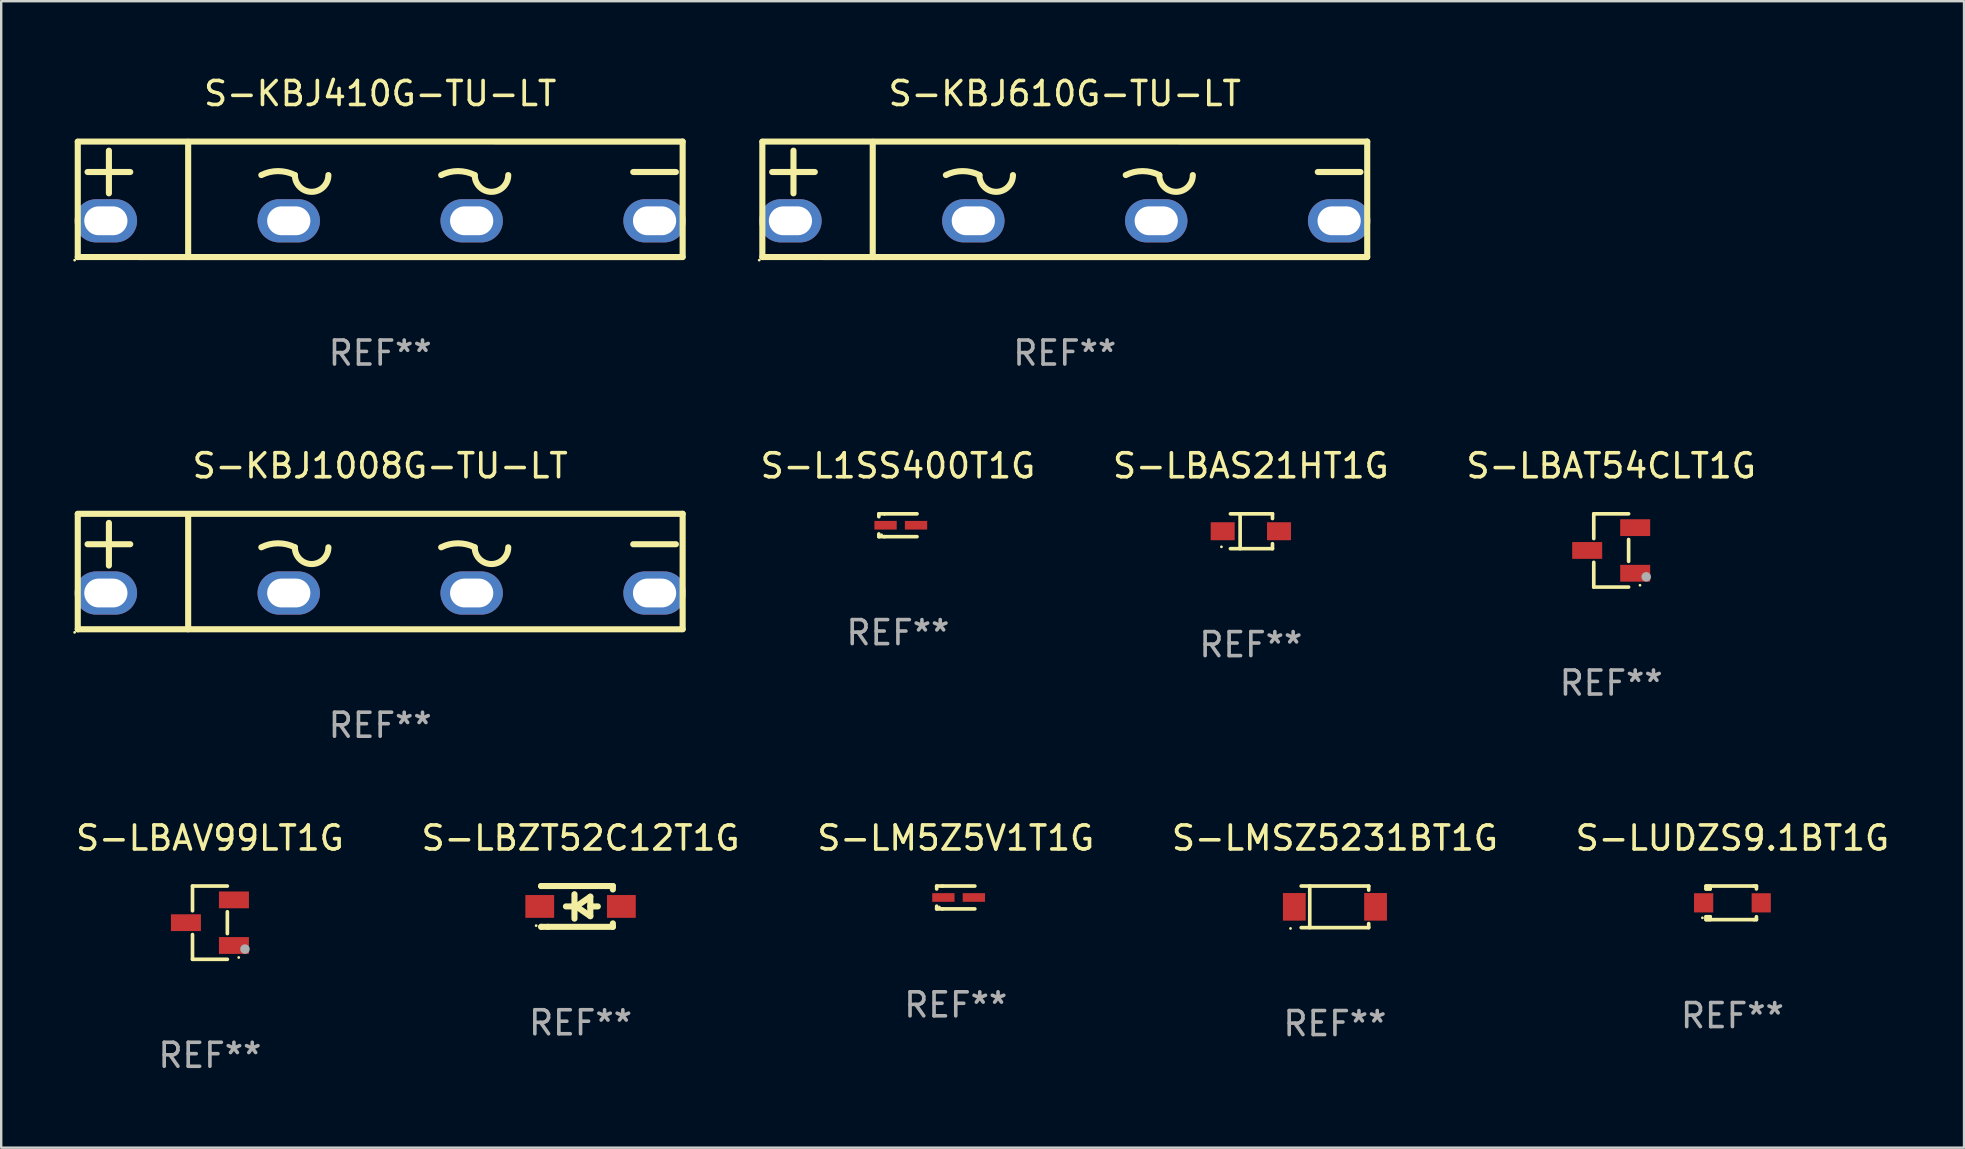
<source format=kicad_pcb>
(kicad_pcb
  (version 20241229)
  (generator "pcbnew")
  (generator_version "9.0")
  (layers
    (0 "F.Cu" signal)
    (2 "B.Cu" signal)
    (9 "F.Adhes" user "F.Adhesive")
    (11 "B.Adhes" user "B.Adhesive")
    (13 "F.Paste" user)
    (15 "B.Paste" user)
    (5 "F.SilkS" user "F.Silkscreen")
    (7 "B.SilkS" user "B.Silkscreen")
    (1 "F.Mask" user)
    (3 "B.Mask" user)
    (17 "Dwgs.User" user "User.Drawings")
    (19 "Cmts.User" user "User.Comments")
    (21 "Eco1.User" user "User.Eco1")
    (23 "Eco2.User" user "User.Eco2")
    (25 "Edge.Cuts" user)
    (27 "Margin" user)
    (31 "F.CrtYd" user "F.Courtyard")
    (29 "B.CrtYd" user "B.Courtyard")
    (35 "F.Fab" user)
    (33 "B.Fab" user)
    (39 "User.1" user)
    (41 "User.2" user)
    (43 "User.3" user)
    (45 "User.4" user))
  (footprint "S-LM5Z5V1T1G"
    (layer "F.Cu")
    (at 36.768 34.34)
    (property "Reference" "S-LM5Z5V1T1G" (at 0 -2.476 0) (layer "F.SilkS") (effects (font (size 1 1) (thickness 0.15))))
    (attr through_hole)
    (fp_line (start -0.795 -0.476) (end -0.795 -0.356) (stroke (width 0.152) (type solid)) (layer "F.SilkS"))
    (fp_line (start -0.795 0.363) (end -0.795 0.476) (stroke (width 0.152) (type solid)) (layer "F.SilkS"))
    (fp_line (start -0.795 0.476) (end -0.557 0.476) (stroke (width 0.152) (type solid)) (layer "F.SilkS"))
    (fp_line (start -0.557 -0.476) (end -0.795 -0.476) (stroke (width 0.152) (type solid)) (layer "F.SilkS"))
    (fp_line (start -0.557 -0.476) (end 0.795 -0.476) (stroke (width 0.152) (type solid)) (layer "F.SilkS"))
    (fp_line (start -0.557 0.476) (end 0.795 0.476) (stroke (width 0.152) (type solid)) (layer "F.SilkS"))
    (fp_circle (center -0.681 0.4) (end -0.651 0.4) (stroke (width 0.06) (type solid)) (fill no) (layer "F.SilkS"))
    (fp_text user "REF**" (at 0 4.476 0) (layer "F.Fab") (effects (font (size 1 1) (thickness 0.15))))
    (pad "1" smd rect (at -0.516 0 180) (size 0.93 0.36) (layers "F.Cu" "F.Mask" "F.Paste"))
    (pad "2" smd rect (at 0.754 0 180) (size 0.93 0.36) (layers "F.Cu" "F.Mask" "F.Paste")))
  (footprint "S-LMSZ5231BT1G"
    (layer "F.Cu")
    (at 52.565 34.73)
    (property "Reference" "S-LMSZ5231BT1G" (at 0 -2.866 0) (layer "F.SilkS") (effects (font (size 1 1) (thickness 0.15))))
    (attr through_hole)
    (fp_line (start -1.406 -0.866) (end 1.406 -0.866) (stroke (width 0.152) (type solid)) (layer "F.SilkS"))
    (fp_line (start -1.406 0.866) (end 1.406 0.866) (stroke (width 0.152) (type solid)) (layer "F.SilkS"))
    (fp_line (start -1.049 -0.866) (end -1.049 0.866) (stroke (width 0.152) (type solid)) (layer "F.SilkS"))
    (fp_line (start 1.406 -0.866) (end 1.406 -0.698) (stroke (width 0.152) (type solid)) (layer "F.SilkS"))
    (fp_line (start 1.406 0.866) (end 1.406 0.698) (stroke (width 0.152) (type solid)) (layer "F.SilkS"))
    (fp_circle (center -1.851 0.9) (end -1.821 0.9) (stroke (width 0.06) (type solid)) (fill no) (layer "F.SilkS"))
    (fp_text user "REF**" (at 0 4.866 0) (layer "F.Fab") (effects (font (size 1 1) (thickness 0.15))))
    (pad "1" smd rect (at -1.692 0) (size 0.95 1.15) (layers "F.Cu" "F.Mask" "F.Paste"))
    (pad "2" smd rect (at 1.692 0) (size 0.95 1.15) (layers "F.Cu" "F.Mask" "F.Paste")))
  (footprint "S-LUDZS9.1BT1G"
    (layer "F.Cu")
    (at 69.125 34.563)
    (property "Reference" "S-LUDZS9.1BT1G" (at 0 -2.7 0) (layer "F.SilkS") (effects (font (size 1 1) (thickness 0.15))))
    (attr through_hole)
    (fp_line (start -1.1 -0.7) (end -1.1 -0.58) (stroke (width 0.152) (type solid)) (layer "F.SilkS"))
    (fp_line (start -1.1 0.58) (end -1.1 0.7) (stroke (width 0.152) (type solid)) (layer "F.SilkS"))
    (fp_line (start -1.1 0.58) (end -0.927 0.58) (stroke (width 0.152) (type solid)) (layer "F.SilkS"))
    (fp_line (start -1.1 0.7) (end 0.9 0.7) (stroke (width 0.152) (type solid)) (layer "F.SilkS"))
    (fp_line (start -1.014 -0.58) (end -1.014 -0.7) (stroke (width 0.152) (type solid)) (layer "F.SilkS"))
    (fp_line (start -1.014 0.7) (end -1.014 0.58) (stroke (width 0.152) (type solid)) (layer "F.SilkS"))
    (fp_line (start -0.927 -0.7) (end -0.927 -0.58) (stroke (width 0.152) (type solid)) (layer "F.SilkS"))
    (fp_line (start -0.927 -0.58) (end -1.1 -0.58) (stroke (width 0.152) (type solid)) (layer "F.SilkS"))
    (fp_line (start -0.927 0.58) (end -0.927 0.7) (stroke (width 0.152) (type solid)) (layer "F.SilkS"))
    (fp_line (start 0.9 -0.7) (end -1.1 -0.7) (stroke (width 0.152) (type solid)) (layer "F.SilkS"))
    (fp_line (start 0.9 0.7) (end 1 0.7) (stroke (width 0.152) (type solid)) (layer "F.SilkS"))
    (fp_line (start 1 -0.7) (end 0.9 -0.7) (stroke (width 0.152) (type solid)) (layer "F.SilkS"))
    (fp_line (start 1 -0.58) (end 1 -0.7) (stroke (width 0.152) (type solid)) (layer "F.SilkS"))
    (fp_line (start 1 0.7) (end 1 0.58) (stroke (width 0.152) (type solid)) (layer "F.SilkS"))
    (fp_circle (center -1.25 0.625) (end -1.22 0.625) (stroke (width 0.06) (type solid)) (fill no) (layer "F.SilkS"))
    (fp_text user "REF**" (at 0 4.7 0) (layer "F.Fab") (effects (font (size 1 1) (thickness 0.15))))
    (pad "1" smd rect (at -1.2 0) (size 0.8 0.8) (layers "F.Cu" "F.Mask" "F.Paste"))
    (pad "2" smd rect (at 1.2 0) (size 0.8 0.8) (layers "F.Cu" "F.Mask" "F.Paste")))
  (footprint "S-LBAS21HT1G"
    (layer "F.Cu")
    (at 49.062 19.082)
    (property "Reference" "S-LBAS21HT1G" (at 0 -2.726 0) (layer "F.SilkS") (effects (font (size 1 1) (thickness 0.15))))
    (attr through_hole)
    (fp_line (start -0.851 -0.726) (end 0.901 -0.726) (stroke (width 0.152) (type solid)) (layer "F.SilkS"))
    (fp_line (start -0.851 0.726) (end 0.901 0.726) (stroke (width 0.152) (type solid)) (layer "F.SilkS"))
    (fp_line (start -0.447 -0.726) (end -0.447 0.726) (stroke (width 0.152) (type solid)) (layer "F.SilkS"))
    (fp_line (start 0.901 -0.726) (end 0.901 -0.53) (stroke (width 0.152) (type solid)) (layer "F.SilkS"))
    (fp_line (start 0.901 0.726) (end 0.901 0.52) (stroke (width 0.152) (type solid)) (layer "F.SilkS"))
    (fp_circle (center -1.225 0.65) (end -1.195 0.65) (stroke (width 0.06) (type solid)) (fill no) (layer "F.SilkS"))
    (fp_text user "REF**" (at 0 4.726 0) (layer "F.Fab") (effects (font (size 1 1) (thickness 0.15))))
    (pad "1" smd rect (at -1.173 0) (size 1 0.75) (layers "F.Cu" "F.Mask" "F.Paste"))
    (pad "2" smd rect (at 1.173 0) (size 1 0.75) (layers "F.Cu" "F.Mask" "F.Paste")))
  (footprint "S-L1SS400T1G"
    (layer "F.Cu")
    (at 34.359 18.832)
    (property "Reference" "S-L1SS400T1G" (at 0 -2.476 0) (layer "F.SilkS") (effects (font (size 1 1) (thickness 0.15))))
    (attr through_hole)
    (fp_line (start -0.795 -0.476) (end -0.795 -0.356) (stroke (width 0.152) (type solid)) (layer "F.SilkS"))
    (fp_line (start -0.795 0.363) (end -0.795 0.476) (stroke (width 0.152) (type solid)) (layer "F.SilkS"))
    (fp_line (start -0.795 0.476) (end -0.557 0.476) (stroke (width 0.152) (type solid)) (layer "F.SilkS"))
    (fp_line (start -0.557 -0.476) (end -0.795 -0.476) (stroke (width 0.152) (type solid)) (layer "F.SilkS"))
    (fp_line (start -0.557 -0.476) (end 0.795 -0.476) (stroke (width 0.152) (type solid)) (layer "F.SilkS"))
    (fp_line (start -0.557 0.476) (end 0.795 0.476) (stroke (width 0.152) (type solid)) (layer "F.SilkS"))
    (fp_circle (center -0.681 0.4) (end -0.651 0.4) (stroke (width 0.06) (type solid)) (fill no) (layer "F.SilkS"))
    (fp_text user "REF**" (at 0 4.476 0) (layer "F.Fab") (effects (font (size 1 1) (thickness 0.15))))
    (pad "1" smd rect (at -0.516 0 180) (size 0.93 0.36) (layers "F.Cu" "F.Mask" "F.Paste"))
    (pad "2" smd rect (at 0.754 0 180) (size 0.93 0.36) (layers "F.Cu" "F.Mask" "F.Paste")))
  (footprint "S-KBJ1008G-TU-LT"
    (layer "F.Cu")
    (at 12.79 20.761)
    (property "Reference" "S-KBJ1008G-TU-LT" (at 0 -4.406 0) (layer "F.SilkS") (effects (font (size 1 1) (thickness 0.15))))
    (attr through_hole)
    (fp_line (start -12.6 -2.406) (end 12.6 -2.405) (stroke (width 0.254) (type solid)) (layer "F.SilkS"))
    (fp_line (start -12.6 2.406) (end -12.6 -2.395) (stroke (width 0.254) (type solid)) (layer "F.SilkS"))
    (fp_line (start -12.192 -1.138) (end -10.414 -1.138) (stroke (width 0.254) (type solid)) (layer "F.SilkS"))
    (fp_line (start -11.303 -0.249) (end -11.303 -2.027) (stroke (width 0.254) (type solid)) (layer "F.SilkS"))
    (fp_line (start -8.001 2.405) (end -8.001 -2.395) (stroke (width 0.254) (type solid)) (layer "F.SilkS"))
    (fp_line (start 10.541 -1.138) (end 12.319 -1.138) (stroke (width 0.254) (type solid)) (layer "F.SilkS"))
    (fp_line (start 12.6 -2.406) (end 12.6 2.395) (stroke (width 0.254) (type solid)) (layer "F.SilkS"))
    (fp_line (start 12.6 2.406) (end -12.6 2.405) (stroke (width 0.254) (type solid)) (layer "F.SilkS"))
    (fp_arc (start -4.95301 -1.010503) (mid -4.254509 -1.175397) (end -3.556007 -1.010503) (stroke (width 0.254001) (type solid)) (layer "F.SilkS"))
    (fp_arc (start -2.159004 -1.010503) (mid -2.857506 -0.312001) (end -3.556008 -1.010503) (stroke (width 0.254001) (type solid)) (layer "F.SilkS"))
    (fp_arc (start 2.540005 -1.010503) (mid 3.238506 -1.175397) (end 3.937008 -1.010503) (stroke (width 0.254001) (type solid)) (layer "F.SilkS"))
    (fp_arc (start 5.334011 -1.010503) (mid 4.635509 -0.312001) (end 3.937007 -1.010503) (stroke (width 0.254001) (type solid)) (layer "F.SilkS"))
    (fp_circle (center -12.73 2.533) (end -12.7 2.533) (stroke (width 0.06) (type solid)) (fill no) (layer "F.SilkS"))
    (fp_text user "REF**" (at 0 6.406 0) (layer "F.Fab") (effects (font (size 1 1) (thickness 0.15))))
    (pad "1" thru_hole oval (at -11.43 0.895 90) (size 1.8 2.6) (drill oval 1.2 1.8) (layers "*.Cu" "*.Mask"))
    (pad "2" thru_hole oval (at -3.81 0.895 90) (size 1.8 2.6) (drill oval 1.2 1.8) (layers "*.Cu" "*.Mask"))
    (pad "3" thru_hole oval (at 3.81 0.895 90) (size 1.8 2.6) (drill oval 1.2 1.8) (layers "*.Cu" "*.Mask"))
    (pad "4" thru_hole oval (at 11.43 0.895 90) (size 1.8 2.6) (drill oval 1.2 1.8) (layers "*.Cu" "*.Mask")))
  (footprint "S-LBAT54CLT1G"
    (layer "F.Cu")
    (at 64.074 19.882)
    (property "Reference" "S-LBAT54CLT1G" (at 0 -3.526 0) (layer "F.SilkS") (effects (font (size 1 1) (thickness 0.15))))
    (attr through_hole)
    (fp_line (start -0.726 -1.526) (end -0.726 -0.495) (stroke (width 0.152) (type solid)) (layer "F.SilkS"))
    (fp_line (start -0.726 1.526) (end -0.726 0.495) (stroke (width 0.152) (type solid)) (layer "F.SilkS"))
    (fp_line (start 0.726 -1.526) (end -0.726 -1.526) (stroke (width 0.152) (type solid)) (layer "F.SilkS"))
    (fp_line (start 0.726 -0.455) (end 0.726 0.455) (stroke (width 0.152) (type solid)) (layer "F.SilkS"))
    (fp_line (start 0.726 1.526) (end -0.726 1.526) (stroke (width 0.152) (type solid)) (layer "F.SilkS"))
    (fp_circle (center 1.2 1.45) (end 1.23 1.45) (stroke (width 0.06) (type solid)) (fill no) (layer "F.SilkS"))
    (fp_circle (center 1.46 1.1) (end 1.56 1.1) (stroke (width 0.2) (type solid)) (fill no) (layer "F.Fab"))
    (fp_text user "REF**" (at 0 5.526 0) (layer "F.Fab") (effects (font (size 1 1) (thickness 0.15))))
    (pad "1" smd rect (at 1 0.95) (size 1.25 0.7) (layers "F.Cu" "F.Mask" "F.Paste"))
    (pad "2" smd rect (at 1 -0.95) (size 1.25 0.7) (layers "F.Cu" "F.Mask" "F.Paste"))
    (pad "3" smd rect (at -1 0) (size 1.25 0.7) (layers "F.Cu" "F.Mask" "F.Paste")))
  (footprint "S-LBAV99LT1G"
    (layer "F.Cu")
    (at 5.696 35.39)
    (property "Reference" "S-LBAV99LT1G" (at 0 -3.526 0) (layer "F.SilkS") (effects (font (size 1 1) (thickness 0.15))))
    (attr through_hole)
    (fp_line (start -0.726 -1.526) (end -0.726 -0.495) (stroke (width 0.152) (type solid)) (layer "F.SilkS"))
    (fp_line (start -0.726 1.526) (end -0.726 0.495) (stroke (width 0.152) (type solid)) (layer "F.SilkS"))
    (fp_line (start 0.726 -1.526) (end -0.726 -1.526) (stroke (width 0.152) (type solid)) (layer "F.SilkS"))
    (fp_line (start 0.726 -0.455) (end 0.726 0.455) (stroke (width 0.152) (type solid)) (layer "F.SilkS"))
    (fp_line (start 0.726 1.526) (end -0.726 1.526) (stroke (width 0.152) (type solid)) (layer "F.SilkS"))
    (fp_circle (center 1.2 1.45) (end 1.23 1.45) (stroke (width 0.06) (type solid)) (fill no) (layer "F.SilkS"))
    (fp_circle (center 1.46 1.1) (end 1.56 1.1) (stroke (width 0.2) (type solid)) (fill no) (layer "F.Fab"))
    (fp_text user "REF**" (at 0 5.526 0) (layer "F.Fab") (effects (font (size 1 1) (thickness 0.15))))
    (pad "1" smd rect (at 1 0.95) (size 1.25 0.7) (layers "F.Cu" "F.Mask" "F.Paste"))
    (pad "2" smd rect (at 1 -0.95) (size 1.25 0.7) (layers "F.Cu" "F.Mask" "F.Paste"))
    (pad "3" smd rect (at -1 0) (size 1.25 0.7) (layers "F.Cu" "F.Mask" "F.Paste")))
  (footprint "S-KBJ410G-TU-LT"
    (layer "F.Cu")
    (at 12.79 5.254)
    (property "Reference" "S-KBJ410G-TU-LT" (at 0 -4.406 0) (layer "F.SilkS") (effects (font (size 1 1) (thickness 0.15))))
    (attr through_hole)
    (fp_line (start -12.6 -2.406) (end 12.6 -2.405) (stroke (width 0.254) (type solid)) (layer "F.SilkS"))
    (fp_line (start -12.6 2.406) (end -12.6 -2.395) (stroke (width 0.254) (type solid)) (layer "F.SilkS"))
    (fp_line (start -12.192 -1.138) (end -10.414 -1.138) (stroke (width 0.254) (type solid)) (layer "F.SilkS"))
    (fp_line (start -11.303 -0.249) (end -11.303 -2.027) (stroke (width 0.254) (type solid)) (layer "F.SilkS"))
    (fp_line (start -8.001 2.405) (end -8.001 -2.395) (stroke (width 0.254) (type solid)) (layer "F.SilkS"))
    (fp_line (start 10.541 -1.138) (end 12.319 -1.138) (stroke (width 0.254) (type solid)) (layer "F.SilkS"))
    (fp_line (start 12.6 -2.406) (end 12.6 2.395) (stroke (width 0.254) (type solid)) (layer "F.SilkS"))
    (fp_line (start 12.6 2.406) (end -12.6 2.405) (stroke (width 0.254) (type solid)) (layer "F.SilkS"))
    (fp_arc (start -4.95301 -1.010503) (mid -4.254509 -1.175397) (end -3.556007 -1.010503) (stroke (width 0.254001) (type solid)) (layer "F.SilkS"))
    (fp_arc (start -2.159004 -1.010503) (mid -2.857506 -0.312001) (end -3.556008 -1.010503) (stroke (width 0.254001) (type solid)) (layer "F.SilkS"))
    (fp_arc (start 2.540005 -1.010503) (mid 3.238506 -1.175397) (end 3.937008 -1.010503) (stroke (width 0.254001) (type solid)) (layer "F.SilkS"))
    (fp_arc (start 5.334011 -1.010503) (mid 4.635509 -0.312001) (end 3.937007 -1.010503) (stroke (width 0.254001) (type solid)) (layer "F.SilkS"))
    (fp_circle (center -12.73 2.533) (end -12.7 2.533) (stroke (width 0.06) (type solid)) (fill no) (layer "F.SilkS"))
    (fp_text user "REF**" (at 0 6.406 0) (layer "F.Fab") (effects (font (size 1 1) (thickness 0.15))))
    (pad "1" thru_hole oval (at -11.43 0.895 90) (size 1.8 2.6) (drill oval 1.2 1.8) (layers "*.Cu" "*.Mask"))
    (pad "2" thru_hole oval (at -3.81 0.895 90) (size 1.8 2.6) (drill oval 1.2 1.8) (layers "*.Cu" "*.Mask"))
    (pad "3" thru_hole oval (at 3.81 0.895 90) (size 1.8 2.6) (drill oval 1.2 1.8) (layers "*.Cu" "*.Mask"))
    (pad "4" thru_hole oval (at 11.43 0.895 90) (size 1.8 2.6) (drill oval 1.2 1.8) (layers "*.Cu" "*.Mask")))
  (footprint "S-KBJ610G-TU-LT"
    (layer "F.Cu")
    (at 41.31 5.254)
    (property "Reference" "S-KBJ610G-TU-LT" (at 0 -4.406 0) (layer "F.SilkS") (effects (font (size 1 1) (thickness 0.15))))
    (attr through_hole)
    (fp_line (start -12.6 -2.406) (end 12.6 -2.405) (stroke (width 0.254) (type solid)) (layer "F.SilkS"))
    (fp_line (start -12.6 2.406) (end -12.6 -2.395) (stroke (width 0.254) (type solid)) (layer "F.SilkS"))
    (fp_line (start -12.192 -1.138) (end -10.414 -1.138) (stroke (width 0.254) (type solid)) (layer "F.SilkS"))
    (fp_line (start -11.303 -0.249) (end -11.303 -2.027) (stroke (width 0.254) (type solid)) (layer "F.SilkS"))
    (fp_line (start -8.001 2.405) (end -8.001 -2.395) (stroke (width 0.254) (type solid)) (layer "F.SilkS"))
    (fp_line (start 10.541 -1.138) (end 12.319 -1.138) (stroke (width 0.254) (type solid)) (layer "F.SilkS"))
    (fp_line (start 12.6 -2.406) (end 12.6 2.395) (stroke (width 0.254) (type solid)) (layer "F.SilkS"))
    (fp_line (start 12.6 2.406) (end -12.6 2.405) (stroke (width 0.254) (type solid)) (layer "F.SilkS"))
    (fp_arc (start -4.95301 -1.010503) (mid -4.254509 -1.175397) (end -3.556007 -1.010503) (stroke (width 0.254001) (type solid)) (layer "F.SilkS"))
    (fp_arc (start -2.159004 -1.010503) (mid -2.857506 -0.312001) (end -3.556008 -1.010503) (stroke (width 0.254001) (type solid)) (layer "F.SilkS"))
    (fp_arc (start 2.540005 -1.010503) (mid 3.238506 -1.175397) (end 3.937008 -1.010503) (stroke (width 0.254001) (type solid)) (layer "F.SilkS"))
    (fp_arc (start 5.334011 -1.010503) (mid 4.635509 -0.312001) (end 3.937007 -1.010503) (stroke (width 0.254001) (type solid)) (layer "F.SilkS"))
    (fp_circle (center -12.73 2.533) (end -12.7 2.533) (stroke (width 0.06) (type solid)) (fill no) (layer "F.SilkS"))
    (fp_text user "REF**" (at 0 6.406 0) (layer "F.Fab") (effects (font (size 1 1) (thickness 0.15))))
    (pad "1" thru_hole oval (at -11.43 0.895 90) (size 1.8 2.6) (drill oval 1.2 1.8) (layers "*.Cu" "*.Mask"))
    (pad "2" thru_hole oval (at -3.81 0.895 90) (size 1.8 2.6) (drill oval 1.2 1.8) (layers "*.Cu" "*.Mask"))
    (pad "3" thru_hole oval (at 3.81 0.895 90) (size 1.8 2.6) (drill oval 1.2 1.8) (layers "*.Cu" "*.Mask"))
    (pad "4" thru_hole oval (at 11.43 0.895 90) (size 1.8 2.6) (drill oval 1.2 1.8) (layers "*.Cu" "*.Mask")))
  (footprint "S-LBZT52C12T1G"
    (layer "F.Cu")
    (at 21.137 34.713)
    (property "Reference" "S-LBZT52C12T1G" (at 0 -2.85 0) (layer "F.SilkS") (effects (font (size 1 1) (thickness 0.15))))
    (attr through_hole)
    (fp_line (start -1.643 -0.85) (end -1.644 -0.849) (stroke (width 0.254) (type solid)) (layer "F.SilkS"))
    (fp_line (start -1.638 0.85) (end -1.639 0.849) (stroke (width 0.254) (type solid)) (layer "F.SilkS"))
    (fp_line (start -1.346 -0.85) (end -1.643 -0.85) (stroke (width 0.254) (type solid)) (layer "F.SilkS"))
    (fp_line (start -1.346 -0.85) (end 1.346 -0.85) (stroke (width 0.254) (type solid)) (layer "F.SilkS"))
    (fp_line (start -1.346 0.85) (end -1.638 0.85) (stroke (width 0.254) (type solid)) (layer "F.SilkS"))
    (fp_line (start -0.28 0) (end -0.61 0) (stroke (width 0.254) (type solid)) (layer "F.SilkS"))
    (fp_line (start -0.254 -0.508) (end -0.254 0.508) (stroke (width 0.254) (type solid)) (layer "F.SilkS"))
    (fp_line (start -0.178 0) (end 0.406 -0.406) (stroke (width 0.254) (type solid)) (layer "F.SilkS"))
    (fp_line (start 0.406 -0.406) (end 0.406 0.406) (stroke (width 0.254) (type solid)) (layer "F.SilkS"))
    (fp_line (start 0.406 -0.000254) (end 0.72 -0.000254) (stroke (width 0.254) (type solid)) (layer "F.SilkS"))
    (fp_line (start 0.406 0.406) (end -0.178 0) (stroke (width 0.254) (type solid)) (layer "F.SilkS"))
    (fp_line (start 1.346 -0.85) (end 1.346 -0.706) (stroke (width 0.254) (type solid)) (layer "F.SilkS"))
    (fp_line (start 1.346 0.706) (end 1.346 0.85) (stroke (width 0.254) (type solid)) (layer "F.SilkS"))
    (fp_line (start 1.346 0.85) (end -1.346 0.85) (stroke (width 0.254) (type solid)) (layer "F.SilkS"))
    (fp_circle (center -1.85 0.8) (end -1.82 0.8) (stroke (width 0.06) (type solid)) (fill no) (layer "F.SilkS"))
    (fp_text user "REF**" (at 0 4.85 0) (layer "F.Fab") (effects (font (size 1 1) (thickness 0.15))))
    (pad "1" smd rect (at -1.7 0) (size 1.2 0.95) (layers "F.Cu" "F.Mask" "F.Paste"))
    (pad "2" smd rect (at 1.7 0) (size 1.2 0.95) (layers "F.Cu" "F.Mask" "F.Paste")))
  (gr_rect
    (start -3 -3)
    (end 78.774 44.764)
    (stroke (width 0.1) (type default))
    (fill no)
    (layer "Edge.Cuts")))
</source>
